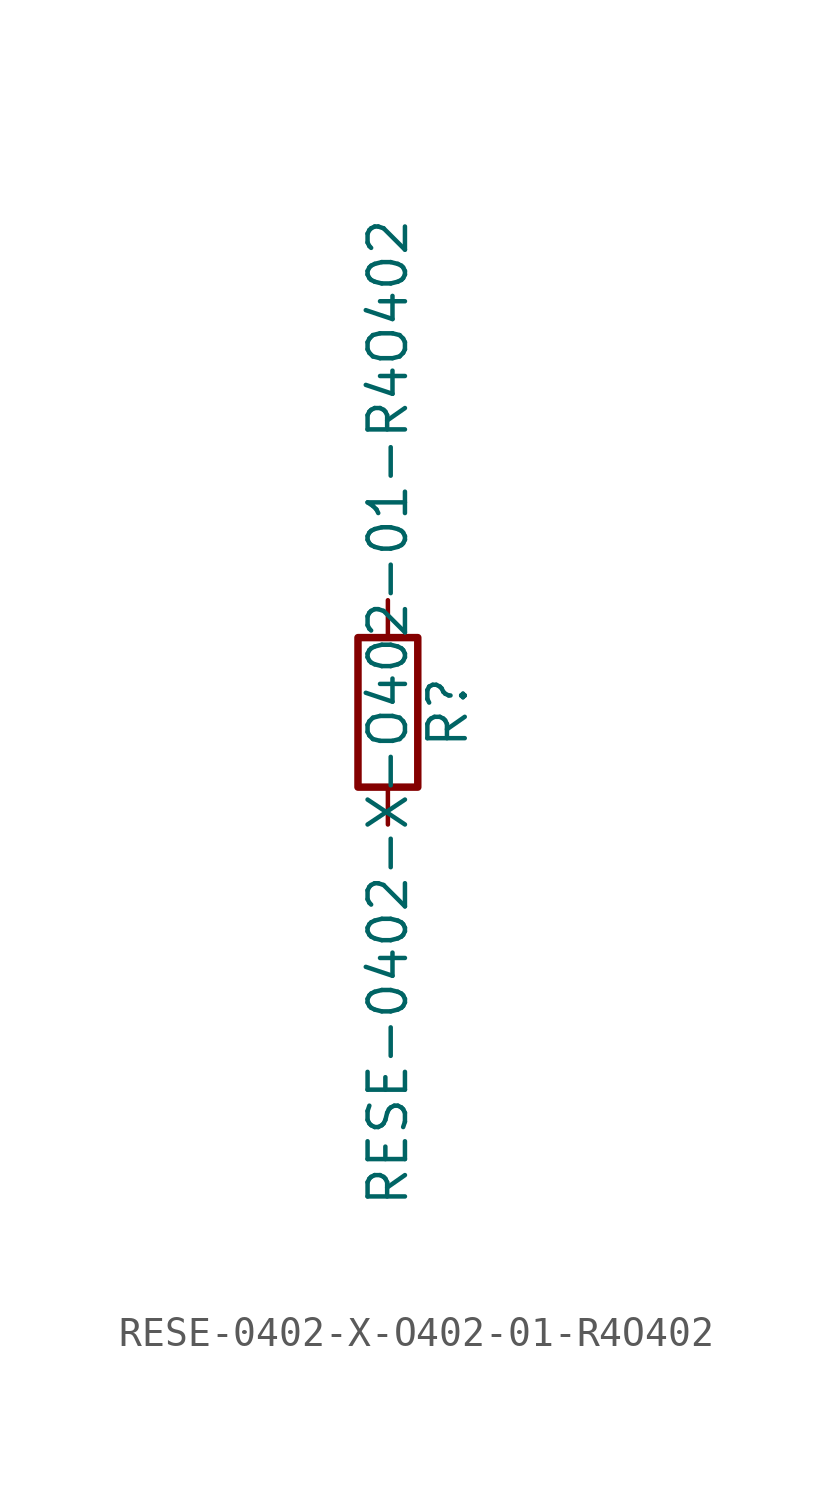
<source format=kicad_sym>
(kicad_symbol_lib
  (version 20211014)
  (generator kicad_symbol_editor)
  (symbol "RESE-0402-X-O402-01-R4O402"
    (pin_numbers hide)
    (pin_names
      (offset 0))
    (property "Reference" "R"
      (at 2.032 0 90)
      (effects (font (size 1.27 1.27))))
    (property "Value" "RESE-0402-X-O402-01-R4O402"
      (at 0 0 90)
      (effects (font (size 1.27 1.27))))
    (symbol "RESE-0402-X-O402-01-R4O402_0_1"
      (rectangle (start -1.016 -2.54) (end 1.016 2.54) (stroke (width 0.254) (type default) (color 0 0 0 0)) (fill (type none))))
    (symbol "RESE-0402-X-O402-01-R4O402_1_1"
      (pin passive line (at 0 3.81 270) (length 1.27) (name "~" (effects (font (size 1.27 1.27)))) (number "1" (effects (font (size 1.27 1.27)))))
      (pin passive line (at 0 -3.81 90) (length 1.27) (name "~" (effects (font (size 1.27 1.27)))) (number "2" (effects (font (size 1.27 1.27))))))))
</source>
